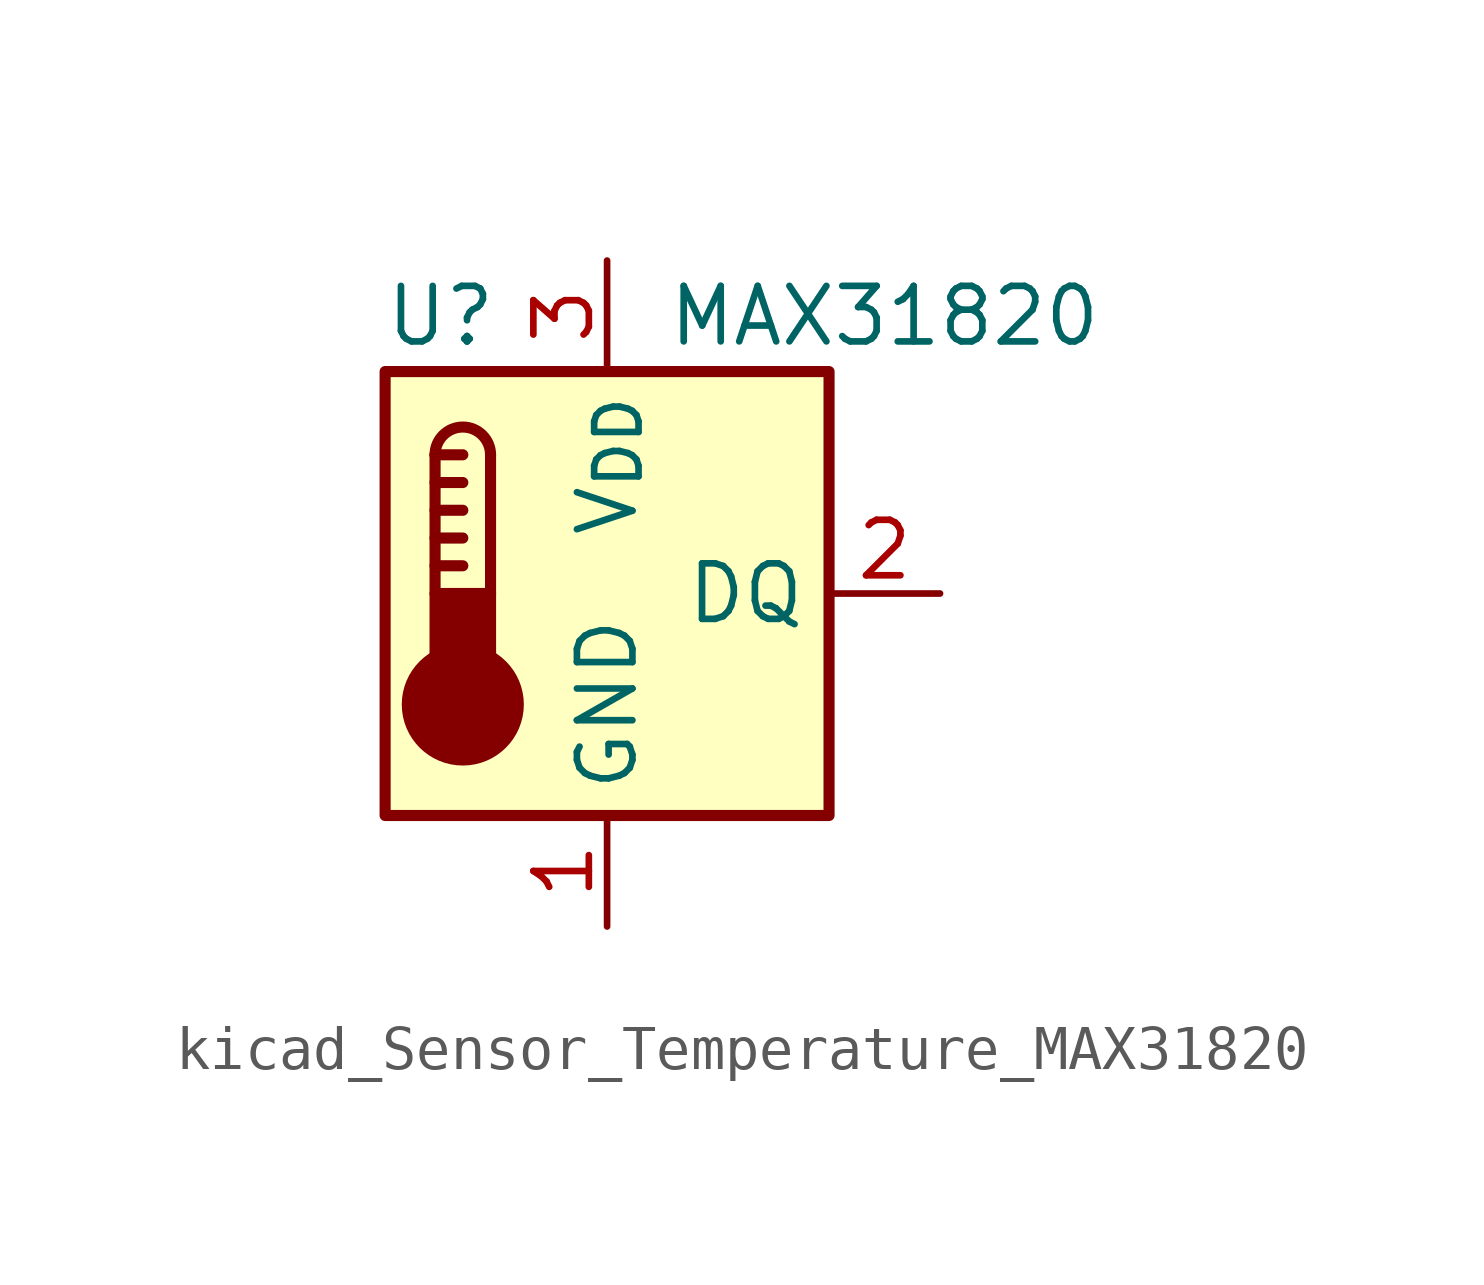
<source format=kicad_sym>
(kicad_symbol_lib
  (version 20220914)
  (generator kicad_symbol_editor)
  (symbol "kicad_Sensor_Temperature_MAX31820"
    (property "Reference" "U"
      (at -3.81 6.35 0)
      (effects (font (size 1.27 1.27))))
    (property "Value" "MAX31820"
      (at 6.35 6.35 0)
      (effects (font (size 1.27 1.27))))
    (symbol "kicad_Sensor_Temperature_MAX31820_0_1"
      (rectangle (start -5.08 5.08) (end 5.08 -5.08) (stroke (width 0.254) (type default)) (fill (type background)))
      (circle (center -3.302 -2.54) (radius 1.27) (stroke (width 0.254) (type default)) (fill (type outline)))
      (rectangle (start -2.667 -1.905) (end -3.937 0) (stroke (width 0.254) (type default)) (fill (type outline)))
      (arc (start -2.667 3.175) (mid -3.302 3.8073) (end -3.937 3.175) (stroke (width 0.254) (type default)) (fill (type none)))
      (polyline (pts (xy -3.937 0.635) (xy -3.302 0.635)) (stroke (width 0.254) (type default)) (fill (type none)))
      (polyline (pts (xy -3.937 1.27) (xy -3.302 1.27)) (stroke (width 0.254) (type default)) (fill (type none)))
      (polyline (pts (xy -3.937 1.905) (xy -3.302 1.905)) (stroke (width 0.254) (type default)) (fill (type none)))
      (polyline (pts (xy -3.937 2.54) (xy -3.302 2.54)) (stroke (width 0.254) (type default)) (fill (type none)))
      (polyline (pts (xy -3.937 3.175) (xy -3.937 0)) (stroke (width 0.254) (type default)) (fill (type none)))
      (polyline (pts (xy -3.937 3.175) (xy -3.302 3.175)) (stroke (width 0.254) (type default)) (fill (type none)))
      (polyline (pts (xy -2.667 3.175) (xy -2.667 0)) (stroke (width 0.254) (type default)) (fill (type none))))
    (symbol "kicad_Sensor_Temperature_MAX31820_1_1"
      (pin power_in line (at 0 -7.62 90) (length 2.54) (name "GND" (effects (font (size 1.27 1.27)))) (number "1" (effects (font (size 1.27 1.27)))))
      (pin bidirectional line (at 7.62 0 180) (length 2.54) (name "DQ" (effects (font (size 1.27 1.27)))) (number "2" (effects (font (size 1.27 1.27)))))
      (pin power_in line (at 0 7.62 270) (length 2.54) (name "V_{DD}" (effects (font (size 1.27 1.27)))) (number "3" (effects (font (size 1.27 1.27))))))))
</source>
